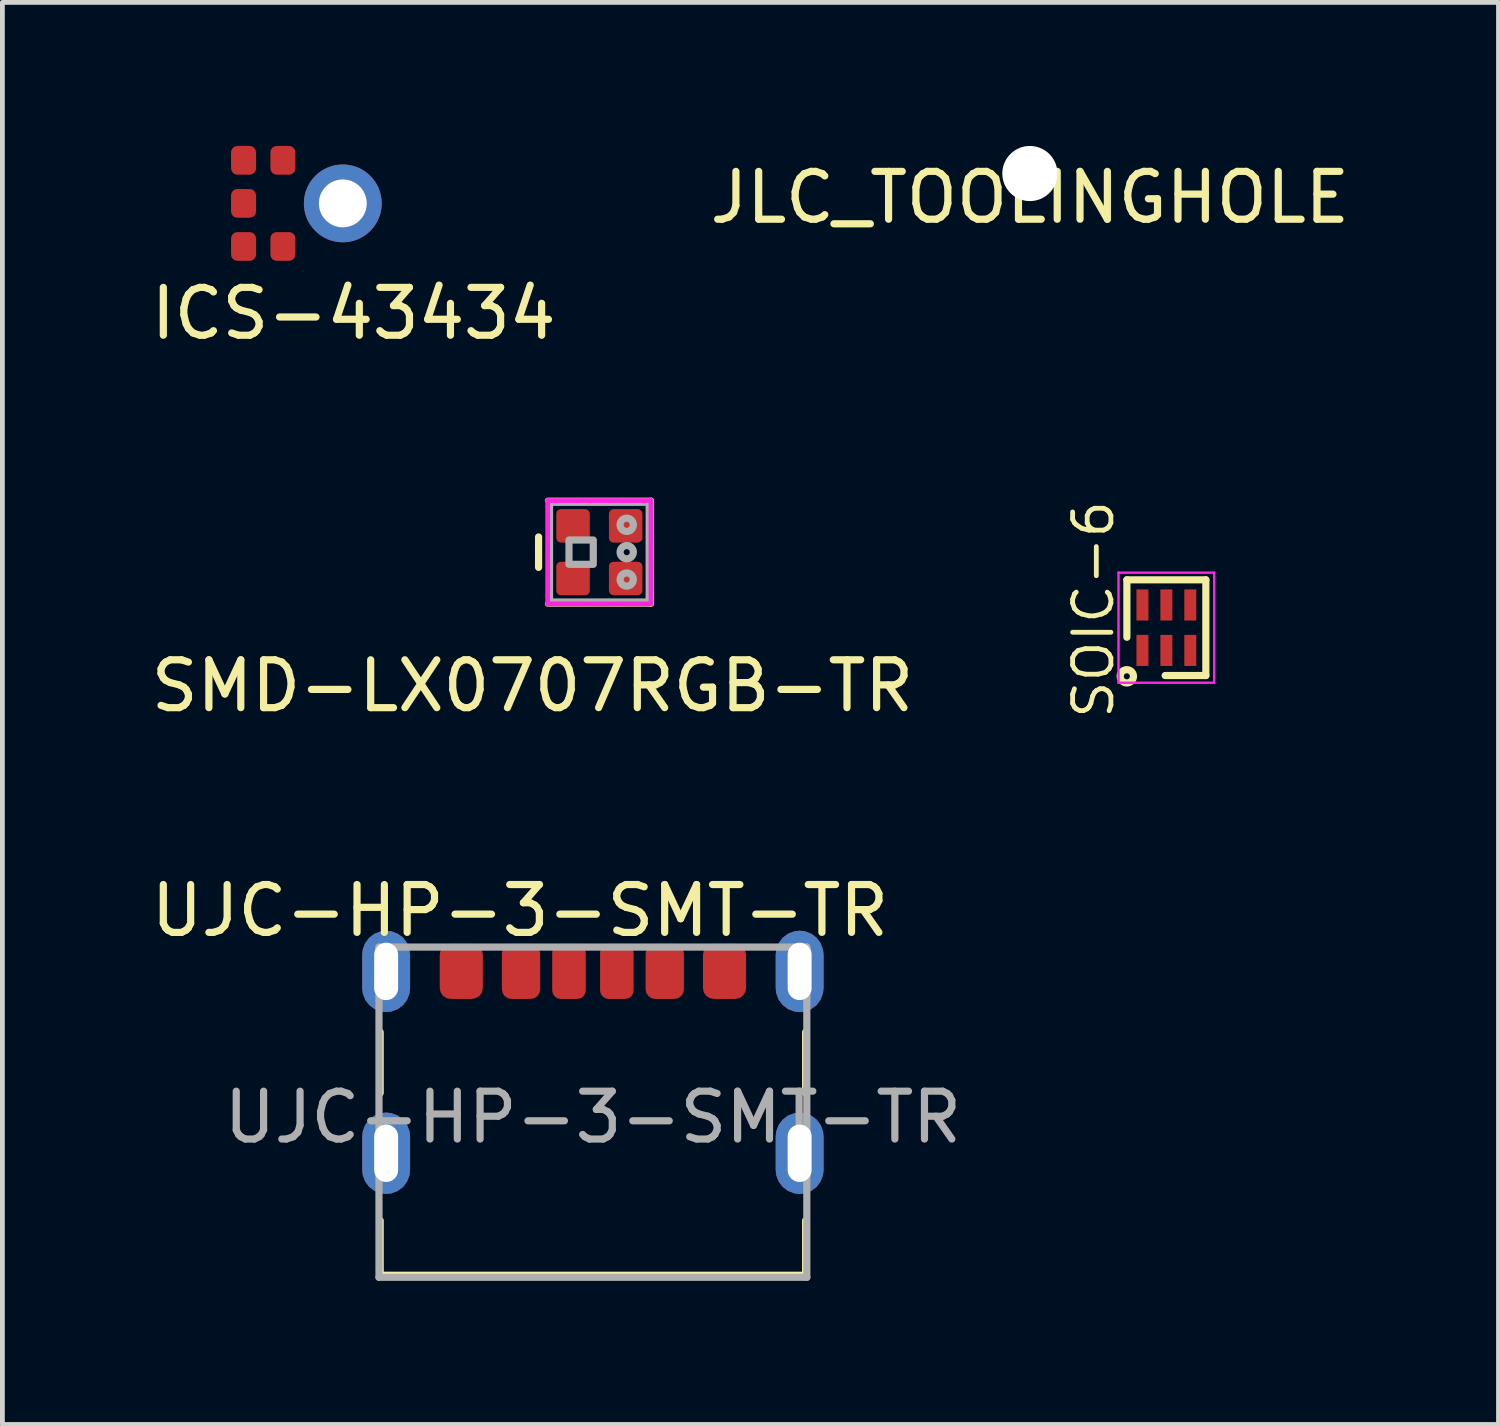
<source format=kicad_pcb>
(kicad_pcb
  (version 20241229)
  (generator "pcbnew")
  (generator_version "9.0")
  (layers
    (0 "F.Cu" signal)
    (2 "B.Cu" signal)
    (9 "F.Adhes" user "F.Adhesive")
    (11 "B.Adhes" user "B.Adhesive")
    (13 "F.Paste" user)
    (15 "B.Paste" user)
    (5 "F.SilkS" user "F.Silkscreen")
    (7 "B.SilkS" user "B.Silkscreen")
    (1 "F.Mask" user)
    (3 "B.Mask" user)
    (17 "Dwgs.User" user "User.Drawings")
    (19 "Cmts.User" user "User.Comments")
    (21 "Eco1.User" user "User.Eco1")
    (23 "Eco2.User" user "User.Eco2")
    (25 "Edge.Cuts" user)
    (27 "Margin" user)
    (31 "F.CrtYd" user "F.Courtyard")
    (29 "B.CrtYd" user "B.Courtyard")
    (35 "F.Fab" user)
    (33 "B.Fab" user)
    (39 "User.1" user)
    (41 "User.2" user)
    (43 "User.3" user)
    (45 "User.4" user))
  (footprint "JLC_TOOLINGHOLE"
    (layer "F.Cu")
    (at 18.47 0.576)
    (property "Reference" "JLC_TOOLINGHOLE" (at 0 0.5 0) (layer "F.SilkS") (effects (font (size 1 1) (thickness 0.15))))
    (attr exclude_from_pos_files exclude_from_bom)
    (pad "" np_thru_hole circle (at 0 0) (size 1.152 1.152) (drill 1.152) (layers "*.Cu" "*.Mask")))
  (footprint "SMD-LX0707RGB-TR"
    (layer "F.Cu")
    (at 9.474 8.488)
    (property "Reference" "SMD-LX0707RGB-TR" (at -1.397 2.794 0) (layer "F.SilkS") (effects (font (size 1 1) (thickness 0.15))))
    (attr through_hole)
    (fp_line (start -1.27 -0.318) (end -1.27 0.318) (stroke (width 0.15) (type solid)) (layer "F.SilkS"))
    (fp_line (start -1.079 -1.079) (end 1.079 -1.079) (stroke (width 0.12) (type solid)) (layer "F.SilkS"))
    (fp_line (start 1.079 -1.079) (end 1.079 1.079) (stroke (width 0.12) (type solid)) (layer "F.SilkS"))
    (fp_line (start 1.079 1.079) (end -1.079 1.079) (stroke (width 0.12) (type solid)) (layer "F.SilkS"))
    (fp_line (start -1.079 -1.079) (end 1.079 -1.079) (stroke (width 0.1) (type solid)) (layer "F.CrtYd"))
    (fp_line (start -1.079 1.079) (end -1.079 -1.079) (stroke (width 0.1) (type solid)) (layer "F.CrtYd"))
    (fp_line (start 1.079 -1.079) (end 1.079 1.079) (stroke (width 0.1) (type solid)) (layer "F.CrtYd"))
    (fp_line (start 1.079 1.079) (end -1.079 1.079) (stroke (width 0.1) (type solid)) (layer "F.CrtYd"))
    (fp_line (start -1.016 -1.016) (end 1.016 -1.016) (stroke (width 0.1) (type solid)) (layer "F.Fab"))
    (fp_line (start -1.016 1.016) (end -1.016 -1.016) (stroke (width 0.1) (type solid)) (layer "F.Fab"))
    (fp_line (start 1.016 -1.016) (end 1.016 1.016) (stroke (width 0.1) (type solid)) (layer "F.Fab"))
    (fp_line (start 1.016 1.016) (end -1.016 1.016) (stroke (width 0.1) (type solid)) (layer "F.Fab"))
    (fp_circle (center 0.572 -0.572) (end 0.572 -0.508) (stroke (width 0.15) (type solid)) (fill no) (layer "F.Fab"))
    (fp_circle (center 0.572 0) (end 0.572 0.064) (stroke (width 0.15) (type solid)) (fill no) (layer "F.Fab"))
    (fp_circle (center 0.572 0.572) (end 0.572 0.635) (stroke (width 0.15) (type solid)) (fill no) (layer "F.Fab"))
    (fp_poly (pts (xy -0.635 -0.254) (xy -0.635 0.254) (xy -0.127 0.254) (xy -0.127 -0.254)) (stroke (width 0.15) (type solid)) (fill no) (layer "F.Fab"))
    (pad "1" smd roundrect (at 0.55 0.55) (size 0.7 0.7) (layers "F.Cu" "F.Mask" "F.Paste") (roundrect_rratio 0.14))
    (pad "2" smd roundrect (at 0.55 -0.55) (size 0.7 0.7) (layers "F.Cu" "F.Mask" "F.Paste") (roundrect_rratio 0.14))
    (pad "3" smd roundrect (at -0.55 -0.55) (size 0.7 0.7) (layers "F.Cu" "F.Mask" "F.Paste") (roundrect_rratio 0.14))
    (pad "4" smd roundrect (at -0.55 0.55) (size 0.7 0.7) (layers "F.Cu" "F.Mask" "F.Paste") (roundrect_rratio 0.14)))
  (footprint "SOIC-6"
    (layer "F.Cu")
    (at 21.322 10.066)
    (property "Reference" "SOIC-6" (at -1.524 -0.381 90) (layer "F.SilkS") (effects (font (size 0.8 0.8) (thickness 0.1))))
    (attr smd)
    (fp_line (start -0.825 -1) (end 0.825 -1) (stroke (width 0.15) (type solid)) (layer "F.SilkS"))
    (fp_line (start -0.825 0.2) (end -0.825 -1) (stroke (width 0.15) (type solid)) (layer "F.SilkS"))
    (fp_line (start 0.825 -1) (end 0.825 1) (stroke (width 0.15) (type solid)) (layer "F.SilkS"))
    (fp_line (start 0.825 1) (end -0.025 1) (stroke (width 0.15) (type solid)) (layer "F.SilkS"))
    (fp_circle (center -0.826 1.016) (end -0.762 1.016) (stroke (width 0.15) (type solid)) (fill no) (layer "F.SilkS"))
    (fp_line (start -1 -1.15) (end 1 -1.15) (stroke (width 0.05) (type solid)) (layer "F.CrtYd"))
    (fp_line (start -1 1.15) (end -1 -1.15) (stroke (width 0.05) (type solid)) (layer "F.CrtYd"))
    (fp_line (start 1 -1.15) (end 1 1.15) (stroke (width 0.05) (type solid)) (layer "F.CrtYd"))
    (fp_line (start 1 1.15) (end -1 1.15) (stroke (width 0.05) (type solid)) (layer "F.CrtYd"))
    (pad "1" smd rect (at -0.5 0.475) (size 0.25 0.65) (layers "F.Cu" "F.Mask" "F.Paste"))
    (pad "2" smd rect (at 0 0.475) (size 0.25 0.65) (layers "F.Cu" "F.Mask" "F.Paste"))
    (pad "3" smd rect (at 0.5 0.475) (size 0.25 0.65) (layers "F.Cu" "F.Mask" "F.Paste"))
    (pad "4" smd rect (at 0.5 -0.475) (size 0.25 0.65) (layers "F.Cu" "F.Mask" "F.Paste"))
    (pad "5" smd rect (at 0 -0.475) (size 0.25 0.65) (layers "F.Cu" "F.Mask" "F.Paste"))
    (pad "6" smd rect (at -0.5 -0.475) (size 0.25 0.65) (layers "F.Cu" "F.Mask" "F.Paste")))
  (footprint "UJC-HP-3-SMT-TR"
    (layer "F.Cu")
    (at 9.339 17.248)
    (property "Reference" "UJC-HP-3-SMT-TR" (at -1.524 -1.27 0) (layer "F.SilkS") (effects (font (size 1 1) (thickness 0.15))))
    (attr through_hole)
    (fp_line (start -4.445 1.27) (end -4.445 2.54) (stroke (width 0.15) (type solid)) (layer "F.SilkS"))
    (fp_line (start -4.445 5.207) (end -4.445 6.35) (stroke (width 0.15) (type solid)) (layer "F.SilkS"))
    (fp_line (start -4.445 6.35) (end 4.445 6.35) (stroke (width 0.15) (type solid)) (layer "F.SilkS"))
    (fp_line (start 4.445 2.54) (end 4.445 1.27) (stroke (width 0.15) (type solid)) (layer "F.SilkS"))
    (fp_line (start 4.445 6.35) (end 4.445 5.207) (stroke (width 0.15) (type solid)) (layer "F.SilkS"))
    (fp_line (start -4.47 -0.508) (end 4.47 -0.508) (stroke (width 0.15) (type solid)) (layer "F.Fab"))
    (fp_line (start -4.47 6.392) (end -4.47 -0.508) (stroke (width 0.15) (type solid)) (layer "F.Fab"))
    (fp_line (start 4.47 -0.508) (end 4.47 6.392) (stroke (width 0.15) (type solid)) (layer "F.Fab"))
    (fp_line (start 4.47 6.392) (end -4.47 6.392) (stroke (width 0.15) (type solid)) (layer "F.Fab"))
    (fp_text user "${REFERENCE}" (at 0 3.048 0) (layer "F.Fab") (effects (font (size 1 1) (thickness 0.15))))
    (pad "1" thru_hole roundrect (at -4.32 0) (size 1 1.7) (drill oval 0.5 1.2) (layers "*.Cu" "*.Mask") (roundrect_rratio 0.5))
    (pad "1" thru_hole roundrect (at -4.32 3.8) (size 1 1.7) (drill oval 0.5 1.2) (layers "*.Cu" "*.Mask") (roundrect_rratio 0.5))
    (pad "1" smd roundrect (at -2.75 0) (size 0.9 1.15) (layers "F.Cu" "F.Mask" "F.Paste") (roundrect_rratio 0.25))
    (pad "1" smd roundrect (at 2.75 0) (size 0.9 1.15) (layers "F.Cu" "F.Mask" "F.Paste") (roundrect_rratio 0.25))
    (pad "1" thru_hole roundrect (at 4.32 0) (size 1 1.7) (drill oval 0.5 1.2) (layers "*.Cu" "*.Mask") (roundrect_rratio 0.5))
    (pad "1" thru_hole roundrect (at 4.32 3.8) (size 1 1.7) (drill oval 0.5 1.2) (layers "*.Cu" "*.Mask") (roundrect_rratio 0.5))
    (pad "2" smd roundrect (at -1.502 0) (size 0.8 1.15) (layers "F.Cu" "F.Mask" "F.Paste") (roundrect_rratio 0.25))
    (pad "2" smd roundrect (at 1.502 0) (size 0.8 1.15) (layers "F.Cu" "F.Mask" "F.Paste") (roundrect_rratio 0.25))
    (pad "3" smd roundrect (at -0.5 0) (size 0.7 1.15) (layers "F.Cu" "F.Mask" "F.Paste") (roundrect_rratio 0.25))
    (pad "4" smd roundrect (at 0.5 0) (size 0.7 1.15) (layers "F.Cu" "F.Mask" "F.Paste") (roundrect_rratio 0.25)))
  (footprint "ICS-43434"
    (layer "F.Cu")
    (at 2.039 1.2)
    (property "Reference" "ICS-43434" (at 2.3 2.3 0) (layer "F.SilkS") (effects (font (size 1 1) (thickness 0.15))))
    (attr smd)
    (pad "1" smd roundrect (at 0 0) (size 0.522 0.6) (layers "F.Cu" "F.Mask" "F.Paste") (roundrect_rratio 0.25))
    (pad "2" smd roundrect (at 0 -0.9) (size 0.522 0.6) (layers "F.Cu" "F.Mask" "F.Paste") (roundrect_rratio 0.25))
    (pad "3" smd roundrect (at 0 0.9) (size 0.522 0.6) (layers "F.Cu" "F.Mask" "F.Paste") (roundrect_rratio 0.25))
    (pad "4" smd roundrect (at 0.822 -0.9) (size 0.522 0.6) (layers "F.Cu" "F.Mask" "F.Paste") (roundrect_rratio 0.25))
    (pad "5" smd roundrect (at 0.822 0.9) (size 0.522 0.6) (layers "F.Cu" "F.Mask" "F.Paste") (roundrect_rratio 0.25))
    (pad "6" thru_hole circle (at 2.074 0) (size 1.626 1.626) (drill 1) (layers "F.Cu" "F.Mask" "F.Paste")))
  (gr_rect
    (start -3 -3)
    (end 28.262 26.715)
    (stroke (width 0.1) (type default))
    (fill no)
    (layer "Edge.Cuts")))
</source>
